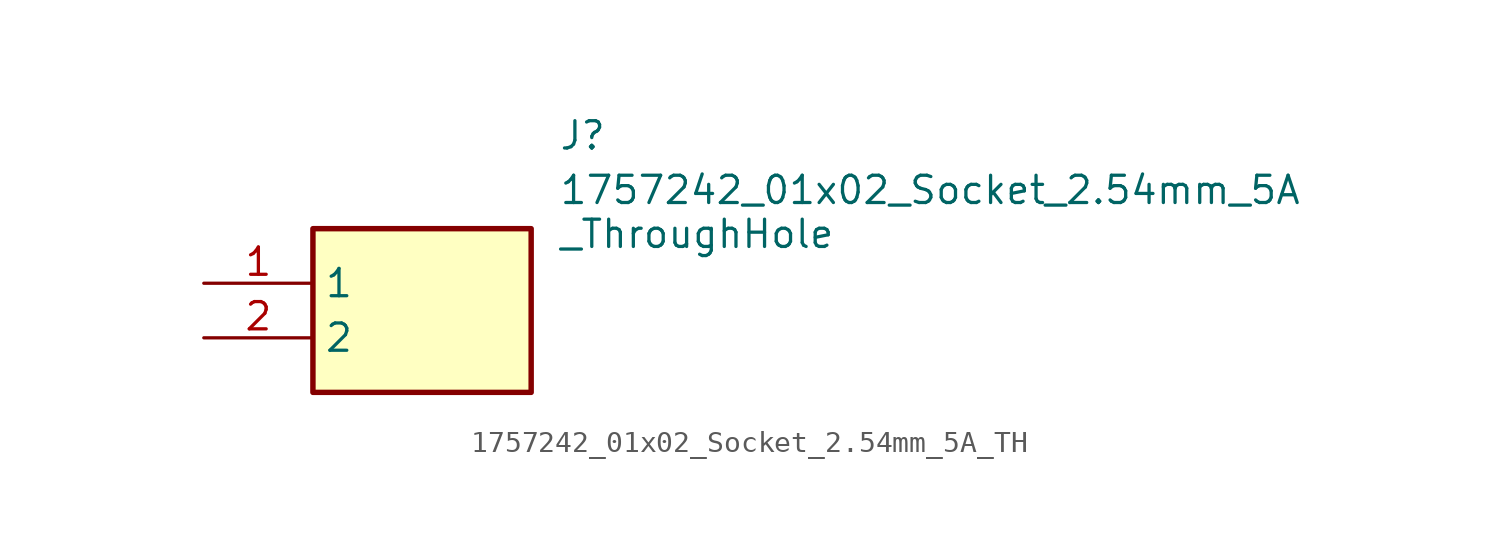
<source format=kicad_sym>
(kicad_symbol_lib
  (version 20231120)
  (generator "kicad_symbol_editor")
  (generator_version "8.0")
  (symbol "1757242_01x02_Socket_2.54mm_5A_TH"
    (property "Reference" "J"
      (at 16.51 7.62 0)
      (effects (font (size 1.27 1.27)) (justify left top)))
    (property "Value" "1757242_01x02_Socket_2.54mm_5A\n_ThroughHole"
      (at 16.51 5.08 0)
      (effects (font (size 1.27 1.27)) (justify left top)))
    (symbol "1757242_01x02_Socket_2.54mm_5A_TH_1_1"
      (rectangle (start 5.08 2.54) (end 15.24 -5.08) (stroke (width 0.254) (type default)) (fill (type background)))
      (pin passive line (at 0 0 0) (length 5.08) (name "1" (effects (font (size 1.27 1.27)))) (number "1" (effects (font (size 1.27 1.27)))))
      (pin passive line (at 0 -2.54 0) (length 5.08) (name "2" (effects (font (size 1.27 1.27)))) (number "2" (effects (font (size 1.27 1.27))))))))
</source>
